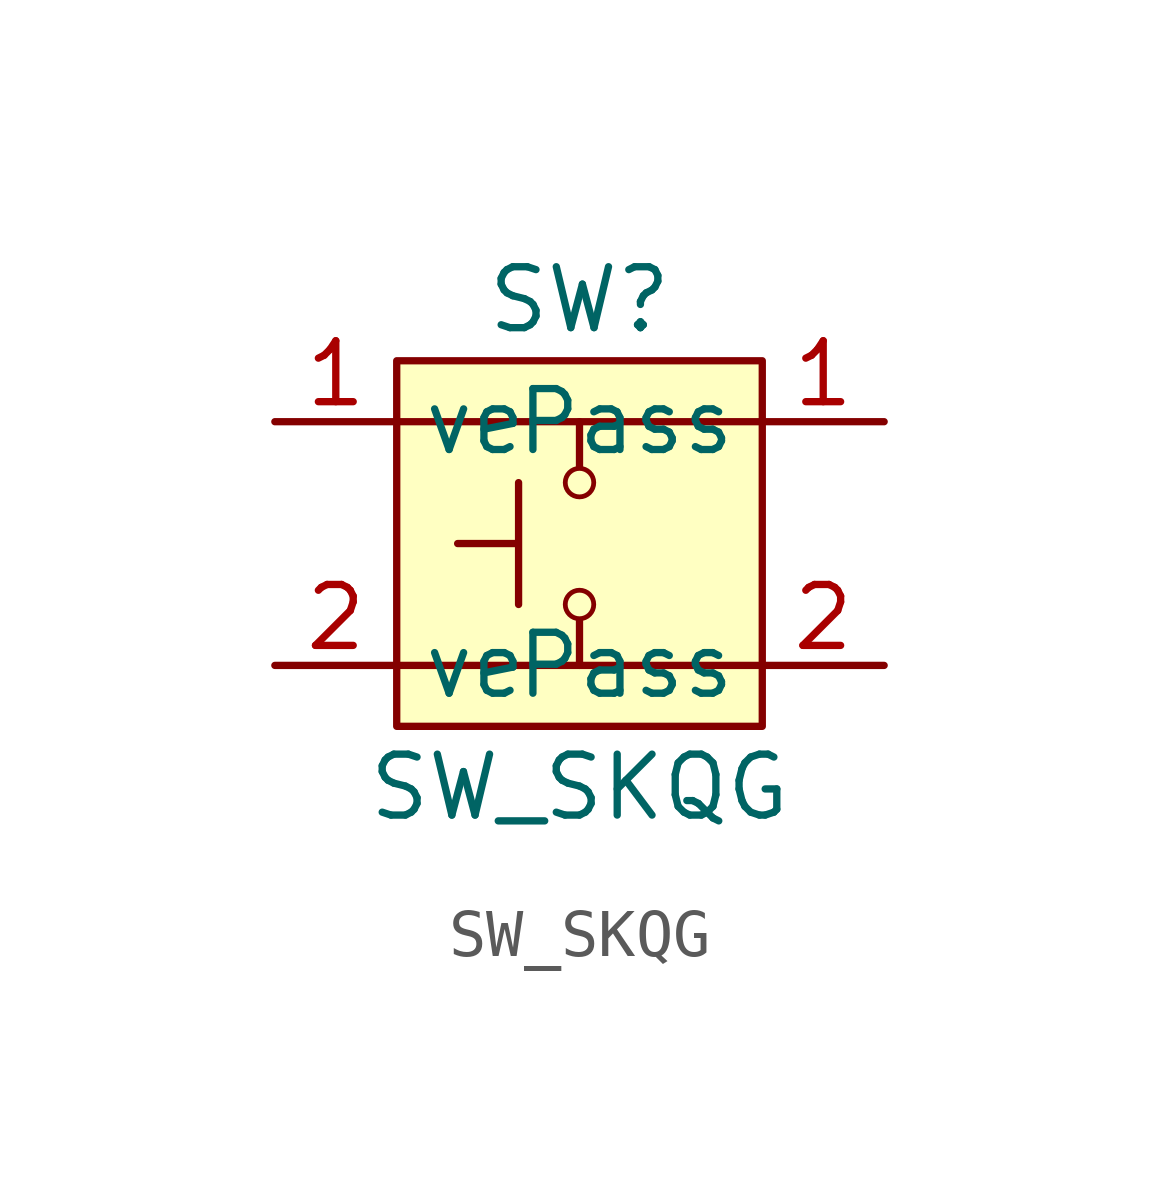
<source format=kicad_sym>
(kicad_symbol_lib
  (version 20211014)
  (generator kicad_symbol_editor)
  (symbol "SW_SKQG"
    (property "Reference" "SW"
      (at 0 5.08 0)
      (effects (font (size 1.27 1.27))))
    (property "Value" "SW_SKQG"
      (at 0 -5.08 0)
      (effects (font (size 1.27 1.27))))
    (symbol "SW_SKQG_0_1"
      (rectangle (start -3.81 3.81) (end 3.81 -3.81) (stroke (width 0) (type default) (color 0 0 0 0)) (fill (type background)))
      (circle (center 0 -1.27) (radius 0.297) (stroke (width 0.1) (type default) (color 0 0 0 0)) (fill (type none)))
      (polyline (pts (xy -3.81 -2.54) (xy 3.81 -2.54)) (stroke (width 0) (type default) (color 0 0 0 0)) (fill (type none)))
      (polyline (pts (xy -3.81 2.54) (xy 3.81 2.54)) (stroke (width 0) (type default) (color 0 0 0 0)) (fill (type none)))
      (polyline (pts (xy 0 -1.62) (xy 0 -2.54)) (stroke (width 0) (type default) (color 0 0 0 0)) (fill (type none)))
      (polyline (pts (xy 0 2.54) (xy 0 1.613)) (stroke (width 0) (type default) (color 0 0 0 0)) (fill (type none)))
      (polyline (pts (xy -2.54 0) (xy -1.27 0) (xy -1.27 1.27) (xy -1.27 -1.27) (xy -1.27 0)) (stroke (width 0) (type default) (color 0 0 0 0)) (fill (type none)))
      (circle (center 0 1.27) (radius 0.297) (stroke (width 0.1) (type default) (color 0 0 0 0)) (fill (type none))))
    (symbol "SW_SKQG_1_1"
      (pin output line (at 6.35 2.54 180) (length 2.54) (name "Pass" (effects (font (size 1.27 1.27)))) (number "1" (effects (font (size 1.27 1.27)))))
      (pin input line (at -6.35 2.54 0) (length 2.54) (name "ve" (effects (font (size 1.27 1.27)))) (number "1" (effects (font (size 1.27 1.27)))))
      (pin output line (at 6.35 -2.54 180) (length 2.54) (name "Pass" (effects (font (size 1.27 1.27)))) (number "2" (effects (font (size 1.27 1.27)))))
      (pin input line (at -6.35 -2.54 0) (length 2.54) (name "ve" (effects (font (size 1.27 1.27)))) (number "2" (effects (font (size 1.27 1.27))))))))
</source>
